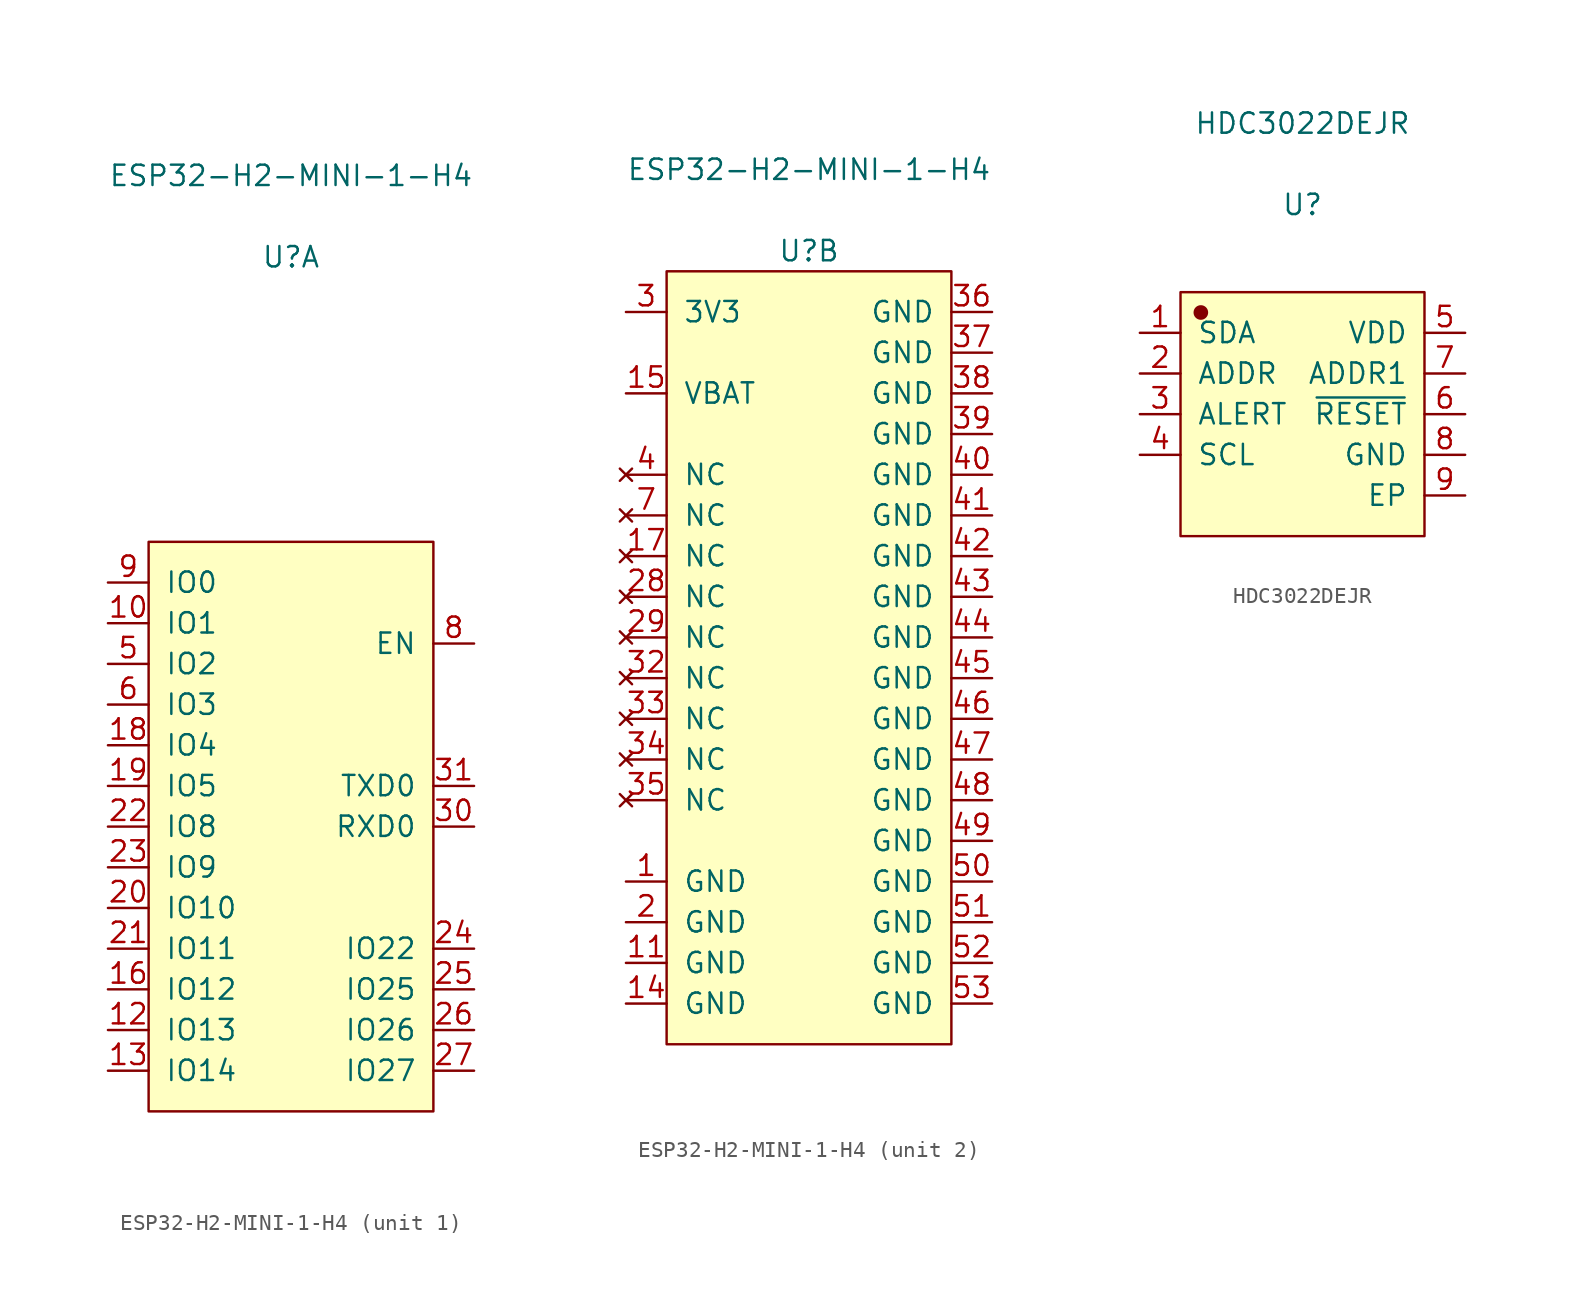
<source format=kicad_sym>
(kicad_symbol_lib
  (version 20231120)
  (generator "kicad_symbol_editor")
  (generator_version "8.0")
  (symbol "ESP32-H2-MINI-1-H4"
    (pin_names
      (offset 1.016))
    (property "Reference" "U"
      (at 0 36.83 0)
      (effects (font (size 1.27 1.27))))
    (property "Value" "ESP32-H2-MINI-1-H4"
      (at 0 41.91 0)
      (effects (font (size 1.27 1.27))))
    (property "ki_locked" ""
      (at 0 0 0)
      (effects (font (size 1.27 1.27))))
    (symbol "ESP32-H2-MINI-1-H4_1_1"
      (rectangle (start -8.89 19.05) (end 8.89 -16.51) (stroke (width 0.152) (type solid)) (fill (type background)))
      (pin bidirectional line (at -11.43 13.97 0) (length 2.54) (name "IO1" (effects (font (size 1.27 1.27)))) (number "10" (effects (font (size 1.27 1.27)))))
      (pin bidirectional line (at -11.43 -11.43 0) (length 2.54) (name "IO13" (effects (font (size 1.27 1.27)))) (number "12" (effects (font (size 1.27 1.27)))))
      (pin bidirectional line (at -11.43 -13.97 0) (length 2.54) (name "IO14" (effects (font (size 1.27 1.27)))) (number "13" (effects (font (size 1.27 1.27)))))
      (pin bidirectional line (at -11.43 -8.89 0) (length 2.54) (name "IO12" (effects (font (size 1.27 1.27)))) (number "16" (effects (font (size 1.27 1.27)))))
      (pin bidirectional line (at -11.43 6.35 0) (length 2.54) (name "IO4" (effects (font (size 1.27 1.27)))) (number "18" (effects (font (size 1.27 1.27)))))
      (pin bidirectional line (at -11.43 3.81 0) (length 2.54) (name "IO5" (effects (font (size 1.27 1.27)))) (number "19" (effects (font (size 1.27 1.27)))))
      (pin bidirectional line (at -11.43 -3.81 0) (length 2.54) (name "IO10" (effects (font (size 1.27 1.27)))) (number "20" (effects (font (size 1.27 1.27)))))
      (pin bidirectional line (at -11.43 -6.35 0) (length 2.54) (name "IO11" (effects (font (size 1.27 1.27)))) (number "21" (effects (font (size 1.27 1.27)))))
      (pin bidirectional line (at -11.43 1.27 0) (length 2.54) (name "IO8" (effects (font (size 1.27 1.27)))) (number "22" (effects (font (size 1.27 1.27)))))
      (pin bidirectional line (at -11.43 -1.27 0) (length 2.54) (name "IO9" (effects (font (size 1.27 1.27)))) (number "23" (effects (font (size 1.27 1.27)))))
      (pin bidirectional line (at 11.43 -6.35 180) (length 2.54) (name "IO22" (effects (font (size 1.27 1.27)))) (number "24" (effects (font (size 1.27 1.27)))))
      (pin bidirectional line (at 11.43 -8.89 180) (length 2.54) (name "IO25" (effects (font (size 1.27 1.27)))) (number "25" (effects (font (size 1.27 1.27)))))
      (pin bidirectional line (at 11.43 -11.43 180) (length 2.54) (name "IO26" (effects (font (size 1.27 1.27)))) (number "26" (effects (font (size 1.27 1.27)))))
      (pin bidirectional line (at 11.43 -13.97 180) (length 2.54) (name "IO27" (effects (font (size 1.27 1.27)))) (number "27" (effects (font (size 1.27 1.27)))))
      (pin bidirectional line (at 11.43 1.27 180) (length 2.54) (name "RXD0" (effects (font (size 1.27 1.27)))) (number "30" (effects (font (size 1.27 1.27)))))
      (pin bidirectional line (at 11.43 3.81 180) (length 2.54) (name "TXD0" (effects (font (size 1.27 1.27)))) (number "31" (effects (font (size 1.27 1.27)))))
      (pin bidirectional line (at -11.43 11.43 0) (length 2.54) (name "IO2" (effects (font (size 1.27 1.27)))) (number "5" (effects (font (size 1.27 1.27)))))
      (pin bidirectional line (at -11.43 8.89 0) (length 2.54) (name "IO3" (effects (font (size 1.27 1.27)))) (number "6" (effects (font (size 1.27 1.27)))))
      (pin input line (at 11.43 12.7 180) (length 2.54) (name "EN" (effects (font (size 1.27 1.27)))) (number "8" (effects (font (size 1.27 1.27)))))
      (pin bidirectional line (at -11.43 16.51 0) (length 2.54) (name "IO0" (effects (font (size 1.27 1.27)))) (number "9" (effects (font (size 1.27 1.27))))))
    (symbol "ESP32-H2-MINI-1-H4_2_1"
      (rectangle (start -8.89 35.56) (end 8.89 -12.7) (stroke (width 0.152) (type solid)) (fill (type background)))
      (pin power_in line (at -11.43 -2.54 0) (length 2.54) (name "GND" (effects (font (size 1.27 1.27)))) (number "1" (effects (font (size 1.27 1.27)))))
      (pin power_in line (at -11.43 -7.62 0) (length 2.54) (name "GND" (effects (font (size 1.27 1.27)))) (number "11" (effects (font (size 1.27 1.27)))))
      (pin power_in line (at -11.43 -10.16 0) (length 2.54) (name "GND" (effects (font (size 1.27 1.27)))) (number "14" (effects (font (size 1.27 1.27)))))
      (pin power_in line (at -11.43 27.94 0) (length 2.54) (name "VBAT" (effects (font (size 1.27 1.27)))) (number "15" (effects (font (size 1.27 1.27)))))
      (pin no_connect line (at -11.43 17.78 0) (length 2.54) (name "NC" (effects (font (size 1.27 1.27)))) (number "17" (effects (font (size 1.27 1.27)))))
      (pin power_in line (at -11.43 -5.08 0) (length 2.54) (name "GND" (effects (font (size 1.27 1.27)))) (number "2" (effects (font (size 1.27 1.27)))))
      (pin no_connect line (at -11.43 15.24 0) (length 2.54) (name "NC" (effects (font (size 1.27 1.27)))) (number "28" (effects (font (size 1.27 1.27)))))
      (pin no_connect line (at -11.43 12.7 0) (length 2.54) (name "NC" (effects (font (size 1.27 1.27)))) (number "29" (effects (font (size 1.27 1.27)))))
      (pin power_in line (at -11.43 33.02 0) (length 2.54) (name "3V3" (effects (font (size 1.27 1.27)))) (number "3" (effects (font (size 1.27 1.27)))))
      (pin no_connect line (at -11.43 10.16 0) (length 2.54) (name "NC" (effects (font (size 1.27 1.27)))) (number "32" (effects (font (size 1.27 1.27)))))
      (pin no_connect line (at -11.43 7.62 0) (length 2.54) (name "NC" (effects (font (size 1.27 1.27)))) (number "33" (effects (font (size 1.27 1.27)))))
      (pin no_connect line (at -11.43 5.08 0) (length 2.54) (name "NC" (effects (font (size 1.27 1.27)))) (number "34" (effects (font (size 1.27 1.27)))))
      (pin no_connect line (at -11.43 2.54 0) (length 2.54) (name "NC" (effects (font (size 1.27 1.27)))) (number "35" (effects (font (size 1.27 1.27)))))
      (pin power_in line (at 11.43 33.02 180) (length 2.54) (name "GND" (effects (font (size 1.27 1.27)))) (number "36" (effects (font (size 1.27 1.27)))))
      (pin power_in line (at 11.43 30.48 180) (length 2.54) (name "GND" (effects (font (size 1.27 1.27)))) (number "37" (effects (font (size 1.27 1.27)))))
      (pin power_in line (at 11.43 27.94 180) (length 2.54) (name "GND" (effects (font (size 1.27 1.27)))) (number "38" (effects (font (size 1.27 1.27)))))
      (pin power_in line (at 11.43 25.4 180) (length 2.54) (name "GND" (effects (font (size 1.27 1.27)))) (number "39" (effects (font (size 1.27 1.27)))))
      (pin no_connect line (at -11.43 22.86 0) (length 2.54) (name "NC" (effects (font (size 1.27 1.27)))) (number "4" (effects (font (size 1.27 1.27)))))
      (pin power_in line (at 11.43 22.86 180) (length 2.54) (name "GND" (effects (font (size 1.27 1.27)))) (number "40" (effects (font (size 1.27 1.27)))))
      (pin power_in line (at 11.43 20.32 180) (length 2.54) (name "GND" (effects (font (size 1.27 1.27)))) (number "41" (effects (font (size 1.27 1.27)))))
      (pin power_in line (at 11.43 17.78 180) (length 2.54) (name "GND" (effects (font (size 1.27 1.27)))) (number "42" (effects (font (size 1.27 1.27)))))
      (pin power_in line (at 11.43 15.24 180) (length 2.54) (name "GND" (effects (font (size 1.27 1.27)))) (number "43" (effects (font (size 1.27 1.27)))))
      (pin power_in line (at 11.43 12.7 180) (length 2.54) (name "GND" (effects (font (size 1.27 1.27)))) (number "44" (effects (font (size 1.27 1.27)))))
      (pin power_in line (at 11.43 10.16 180) (length 2.54) (name "GND" (effects (font (size 1.27 1.27)))) (number "45" (effects (font (size 1.27 1.27)))))
      (pin power_in line (at 11.43 7.62 180) (length 2.54) (name "GND" (effects (font (size 1.27 1.27)))) (number "46" (effects (font (size 1.27 1.27)))))
      (pin power_in line (at 11.43 5.08 180) (length 2.54) (name "GND" (effects (font (size 1.27 1.27)))) (number "47" (effects (font (size 1.27 1.27)))))
      (pin power_in line (at 11.43 2.54 180) (length 2.54) (name "GND" (effects (font (size 1.27 1.27)))) (number "48" (effects (font (size 1.27 1.27)))))
      (pin power_in line (at 11.43 0 180) (length 2.54) (name "GND" (effects (font (size 1.27 1.27)))) (number "49" (effects (font (size 1.27 1.27)))))
      (pin power_in line (at 11.43 -2.54 180) (length 2.54) (name "GND" (effects (font (size 1.27 1.27)))) (number "50" (effects (font (size 1.27 1.27)))))
      (pin power_in line (at 11.43 -5.08 180) (length 2.54) (name "GND" (effects (font (size 1.27 1.27)))) (number "51" (effects (font (size 1.27 1.27)))))
      (pin power_in line (at 11.43 -7.62 180) (length 2.54) (name "GND" (effects (font (size 1.27 1.27)))) (number "52" (effects (font (size 1.27 1.27)))))
      (pin power_in line (at 11.43 -10.16 180) (length 2.54) (name "GND" (effects (font (size 1.27 1.27)))) (number "53" (effects (font (size 1.27 1.27)))))
      (pin no_connect line (at -11.43 20.32 0) (length 2.54) (name "NC" (effects (font (size 1.27 1.27)))) (number "7" (effects (font (size 1.27 1.27)))))))
  (symbol "HDC3022DEJR"
    (pin_names
      (offset 1.016))
    (property "Reference" "U"
      (at 0 11.811 0)
      (effects (font (size 1.27 1.27))))
    (property "Value" "HDC3022DEJR"
      (at 0 16.891 0)
      (effects (font (size 1.27 1.27))))
    (symbol "HDC3022DEJR_1_1"
      (rectangle (start -7.62 6.35) (end 7.62 -8.89) (stroke (width 0.152) (type solid)) (fill (type background)))
      (circle (center -6.35 5.08) (radius 0.381) (stroke (width 0.152) (type solid)) (fill (type outline)))
      (pin input line (at -10.16 3.81 0) (length 2.54) (name "SDA" (effects (font (size 1.27 1.27)))) (number "1" (effects (font (size 1.27 1.27)))))
      (pin input line (at -10.16 1.27 0) (length 2.54) (name "ADDR" (effects (font (size 1.27 1.27)))) (number "2" (effects (font (size 1.27 1.27)))))
      (pin input line (at -10.16 -1.27 0) (length 2.54) (name "ALERT" (effects (font (size 1.27 1.27)))) (number "3" (effects (font (size 1.27 1.27)))))
      (pin input line (at -10.16 -3.81 0) (length 2.54) (name "SCL" (effects (font (size 1.27 1.27)))) (number "4" (effects (font (size 1.27 1.27)))))
      (pin input line (at 10.16 3.81 180) (length 2.54) (name "VDD" (effects (font (size 1.27 1.27)))) (number "5" (effects (font (size 1.27 1.27)))))
      (pin input line (at 10.16 -1.27 180) (length 2.54) (name "~{RESET}" (effects (font (size 1.27 1.27)))) (number "6" (effects (font (size 1.27 1.27)))))
      (pin input line (at 10.16 1.27 180) (length 2.54) (name "ADDR1" (effects (font (size 1.27 1.27)))) (number "7" (effects (font (size 1.27 1.27)))))
      (pin input line (at 10.16 -3.81 180) (length 2.54) (name "GND" (effects (font (size 1.27 1.27)))) (number "8" (effects (font (size 1.27 1.27)))))
      (pin input line (at 10.16 -6.35 180) (length 2.54) (name "EP" (effects (font (size 1.27 1.27)))) (number "9" (effects (font (size 1.27 1.27))))))))
</source>
